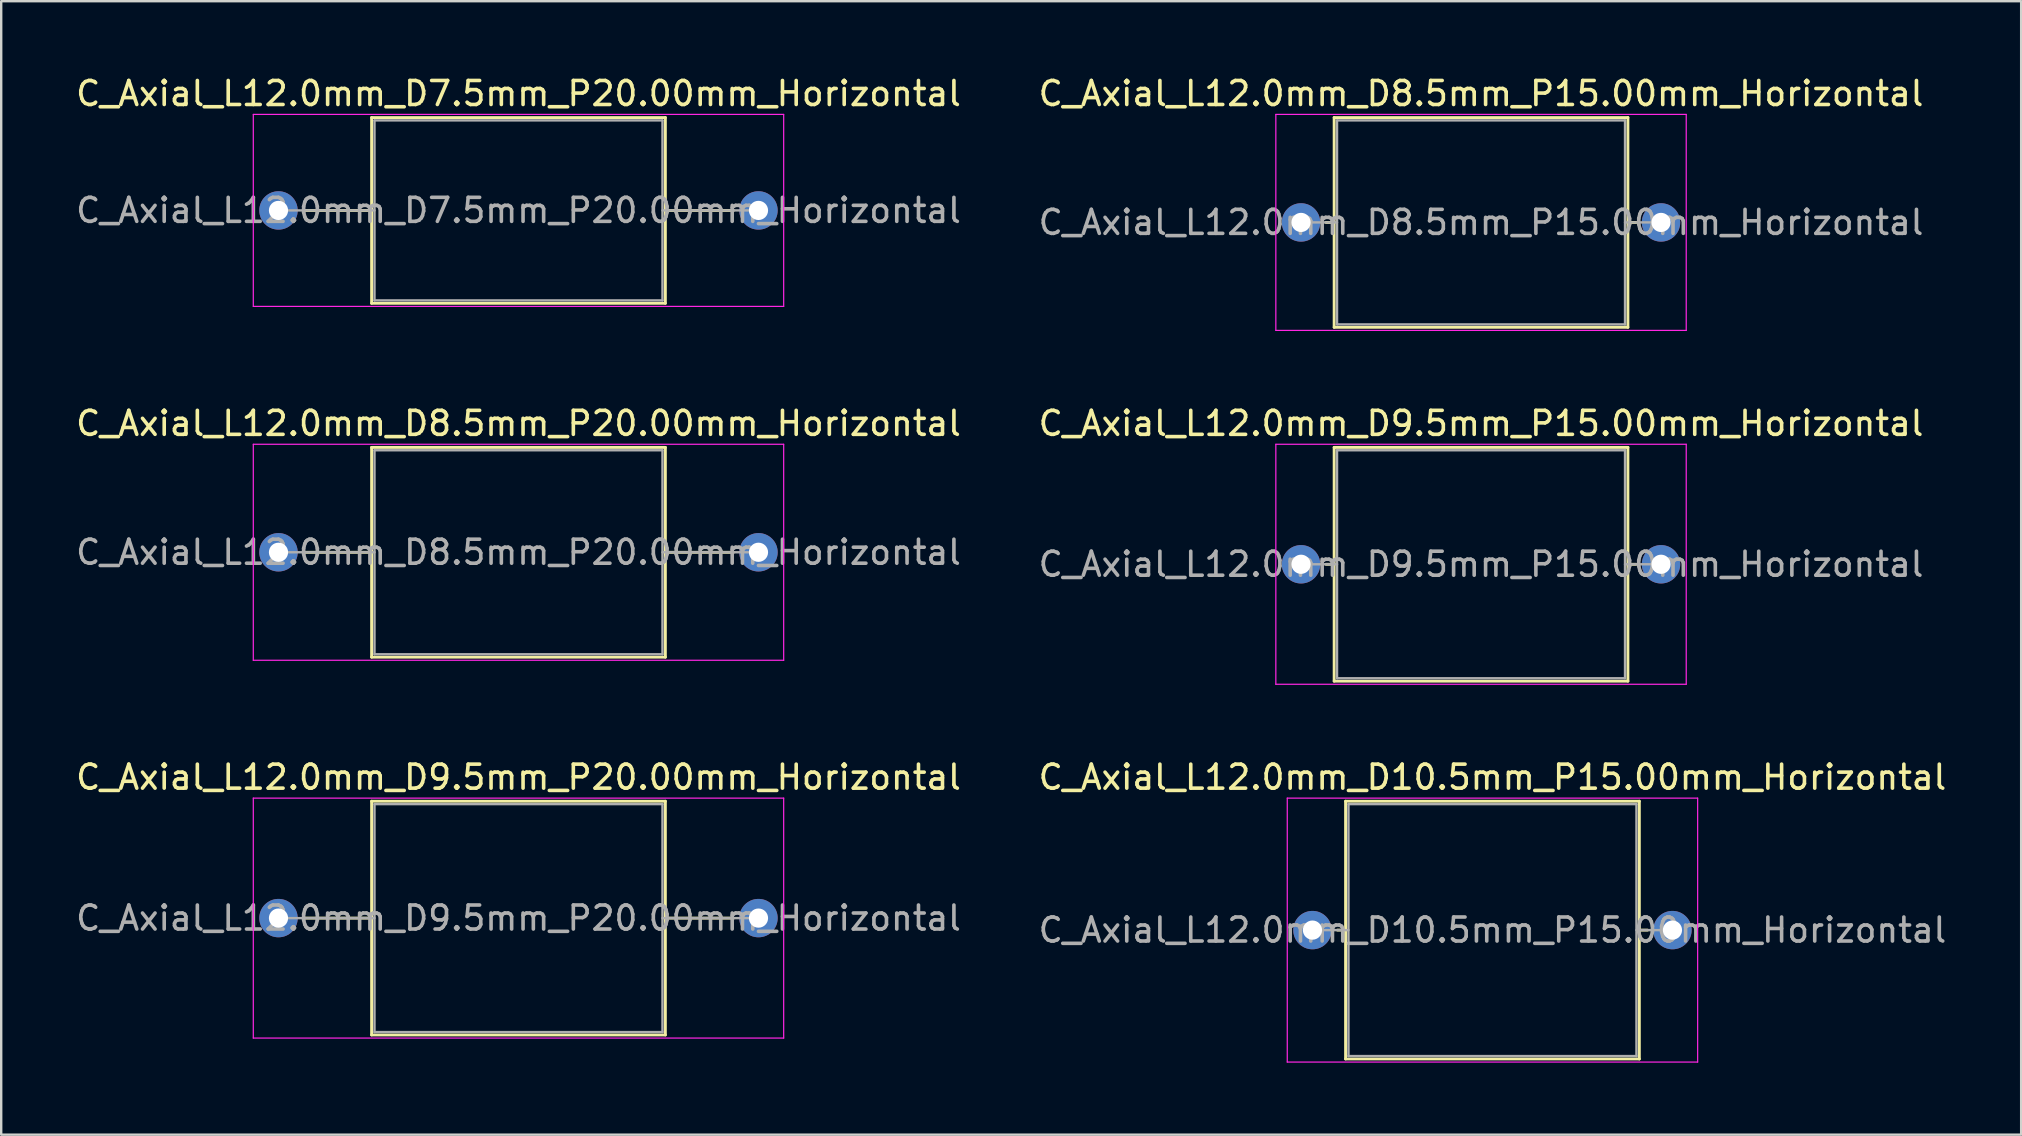
<source format=kicad_pcb>
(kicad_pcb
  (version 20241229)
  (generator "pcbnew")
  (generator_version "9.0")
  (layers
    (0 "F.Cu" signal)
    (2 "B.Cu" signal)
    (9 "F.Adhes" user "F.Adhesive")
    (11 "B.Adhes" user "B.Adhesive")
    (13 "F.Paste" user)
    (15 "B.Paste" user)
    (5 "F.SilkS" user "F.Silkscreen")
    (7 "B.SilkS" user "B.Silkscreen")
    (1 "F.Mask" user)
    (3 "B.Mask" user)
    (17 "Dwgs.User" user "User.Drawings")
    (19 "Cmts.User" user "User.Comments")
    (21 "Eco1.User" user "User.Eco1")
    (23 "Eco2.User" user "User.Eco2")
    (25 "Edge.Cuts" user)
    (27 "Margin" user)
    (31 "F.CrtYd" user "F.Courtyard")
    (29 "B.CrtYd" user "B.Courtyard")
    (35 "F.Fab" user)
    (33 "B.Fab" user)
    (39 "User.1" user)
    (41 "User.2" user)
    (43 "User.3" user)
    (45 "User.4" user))
  (footprint "C_Axial_L12.0mm_D9.5mm_P20.00mm_Horizontal"
    (layer "F.Cu")
    (at 8.554 35.205)
    (property "Reference" "C_Axial_L12.0mm_D9.5mm_P20.00mm_Horizontal" (at 10 -5.87 0) (layer "F.SilkS") (effects (font (size 1 1) (thickness 0.15))))
    (attr through_hole)
    (fp_line (start 1.04 0) (end 3.88 0) (stroke (width 0.12) (type solid)) (layer "F.SilkS"))
    (fp_line (start 3.88 -4.87) (end 3.88 4.87) (stroke (width 0.12) (type solid)) (layer "F.SilkS"))
    (fp_line (start 3.88 4.87) (end 16.12 4.87) (stroke (width 0.12) (type solid)) (layer "F.SilkS"))
    (fp_line (start 16.12 -4.87) (end 3.88 -4.87) (stroke (width 0.12) (type solid)) (layer "F.SilkS"))
    (fp_line (start 16.12 4.87) (end 16.12 -4.87) (stroke (width 0.12) (type solid)) (layer "F.SilkS"))
    (fp_line (start 18.96 0) (end 16.12 0) (stroke (width 0.12) (type solid)) (layer "F.SilkS"))
    (fp_line (start -1.05 -5) (end -1.05 5) (stroke (width 0.05) (type solid)) (layer "F.CrtYd"))
    (fp_line (start -1.05 5) (end 21.05 5) (stroke (width 0.05) (type solid)) (layer "F.CrtYd"))
    (fp_line (start 21.05 -5) (end -1.05 -5) (stroke (width 0.05) (type solid)) (layer "F.CrtYd"))
    (fp_line (start 21.05 5) (end 21.05 -5) (stroke (width 0.05) (type solid)) (layer "F.CrtYd"))
    (fp_line (start 0 0) (end 4 0) (stroke (width 0.1) (type solid)) (layer "F.Fab"))
    (fp_line (start 4 -4.75) (end 4 4.75) (stroke (width 0.1) (type solid)) (layer "F.Fab"))
    (fp_line (start 4 4.75) (end 16 4.75) (stroke (width 0.1) (type solid)) (layer "F.Fab"))
    (fp_line (start 16 -4.75) (end 4 -4.75) (stroke (width 0.1) (type solid)) (layer "F.Fab"))
    (fp_line (start 16 4.75) (end 16 -4.75) (stroke (width 0.1) (type solid)) (layer "F.Fab"))
    (fp_line (start 20 0) (end 16 0) (stroke (width 0.1) (type solid)) (layer "F.Fab"))
    (fp_text user "${REFERENCE}" (at 10 0 0) (layer "F.Fab") (effects (font (size 1 1) (thickness 0.15))))
    (pad "1" thru_hole circle (at 0 0) (size 1.6 1.6) (drill 0.8) (layers "*.Cu" "*.Mask"))
    (pad "2" thru_hole oval (at 20 0) (size 1.6 1.6) (drill 0.8) (layers "*.Cu" "*.Mask")))
  (footprint "C_Axial_L12.0mm_D7.5mm_P20.00mm_Horizontal"
    (layer "F.Cu")
    (at 8.554 5.718)
    (property "Reference" "C_Axial_L12.0mm_D7.5mm_P20.00mm_Horizontal" (at 10 -4.87 0) (layer "F.SilkS") (effects (font (size 1 1) (thickness 0.15))))
    (attr through_hole)
    (fp_line (start 1.04 0) (end 3.88 0) (stroke (width 0.12) (type solid)) (layer "F.SilkS"))
    (fp_line (start 3.88 -3.87) (end 3.88 3.87) (stroke (width 0.12) (type solid)) (layer "F.SilkS"))
    (fp_line (start 3.88 3.87) (end 16.12 3.87) (stroke (width 0.12) (type solid)) (layer "F.SilkS"))
    (fp_line (start 16.12 -3.87) (end 3.88 -3.87) (stroke (width 0.12) (type solid)) (layer "F.SilkS"))
    (fp_line (start 16.12 3.87) (end 16.12 -3.87) (stroke (width 0.12) (type solid)) (layer "F.SilkS"))
    (fp_line (start 18.96 0) (end 16.12 0) (stroke (width 0.12) (type solid)) (layer "F.SilkS"))
    (fp_line (start -1.05 -4) (end -1.05 4) (stroke (width 0.05) (type solid)) (layer "F.CrtYd"))
    (fp_line (start -1.05 4) (end 21.05 4) (stroke (width 0.05) (type solid)) (layer "F.CrtYd"))
    (fp_line (start 21.05 -4) (end -1.05 -4) (stroke (width 0.05) (type solid)) (layer "F.CrtYd"))
    (fp_line (start 21.05 4) (end 21.05 -4) (stroke (width 0.05) (type solid)) (layer "F.CrtYd"))
    (fp_line (start 0 0) (end 4 0) (stroke (width 0.1) (type solid)) (layer "F.Fab"))
    (fp_line (start 4 -3.75) (end 4 3.75) (stroke (width 0.1) (type solid)) (layer "F.Fab"))
    (fp_line (start 4 3.75) (end 16 3.75) (stroke (width 0.1) (type solid)) (layer "F.Fab"))
    (fp_line (start 16 -3.75) (end 4 -3.75) (stroke (width 0.1) (type solid)) (layer "F.Fab"))
    (fp_line (start 16 3.75) (end 16 -3.75) (stroke (width 0.1) (type solid)) (layer "F.Fab"))
    (fp_line (start 20 0) (end 16 0) (stroke (width 0.1) (type solid)) (layer "F.Fab"))
    (fp_text user "${REFERENCE}" (at 10 0 0) (layer "F.Fab") (effects (font (size 1 1) (thickness 0.15))))
    (pad "1" thru_hole circle (at 0 0) (size 1.6 1.6) (drill 0.8) (layers "*.Cu" "*.Mask"))
    (pad "2" thru_hole oval (at 20 0) (size 1.6 1.6) (drill 0.8) (layers "*.Cu" "*.Mask")))
  (footprint "C_Axial_L12.0mm_D9.5mm_P15.00mm_Horizontal"
    (layer "F.Cu")
    (at 51.161 20.462)
    (property "Reference" "C_Axial_L12.0mm_D9.5mm_P15.00mm_Horizontal" (at 7.5 -5.87 0) (layer "F.SilkS") (effects (font (size 1 1) (thickness 0.15))))
    (attr through_hole)
    (fp_line (start 1.04 0) (end 1.38 0) (stroke (width 0.12) (type solid)) (layer "F.SilkS"))
    (fp_line (start 1.38 -4.87) (end 1.38 4.87) (stroke (width 0.12) (type solid)) (layer "F.SilkS"))
    (fp_line (start 1.38 4.87) (end 13.62 4.87) (stroke (width 0.12) (type solid)) (layer "F.SilkS"))
    (fp_line (start 13.62 -4.87) (end 1.38 -4.87) (stroke (width 0.12) (type solid)) (layer "F.SilkS"))
    (fp_line (start 13.62 4.87) (end 13.62 -4.87) (stroke (width 0.12) (type solid)) (layer "F.SilkS"))
    (fp_line (start 13.96 0) (end 13.62 0) (stroke (width 0.12) (type solid)) (layer "F.SilkS"))
    (fp_line (start -1.05 -5) (end -1.05 5) (stroke (width 0.05) (type solid)) (layer "F.CrtYd"))
    (fp_line (start -1.05 5) (end 16.05 5) (stroke (width 0.05) (type solid)) (layer "F.CrtYd"))
    (fp_line (start 16.05 -5) (end -1.05 -5) (stroke (width 0.05) (type solid)) (layer "F.CrtYd"))
    (fp_line (start 16.05 5) (end 16.05 -5) (stroke (width 0.05) (type solid)) (layer "F.CrtYd"))
    (fp_line (start 0 0) (end 1.5 0) (stroke (width 0.1) (type solid)) (layer "F.Fab"))
    (fp_line (start 1.5 -4.75) (end 1.5 4.75) (stroke (width 0.1) (type solid)) (layer "F.Fab"))
    (fp_line (start 1.5 4.75) (end 13.5 4.75) (stroke (width 0.1) (type solid)) (layer "F.Fab"))
    (fp_line (start 13.5 -4.75) (end 1.5 -4.75) (stroke (width 0.1) (type solid)) (layer "F.Fab"))
    (fp_line (start 13.5 4.75) (end 13.5 -4.75) (stroke (width 0.1) (type solid)) (layer "F.Fab"))
    (fp_line (start 15 0) (end 13.5 0) (stroke (width 0.1) (type solid)) (layer "F.Fab"))
    (fp_text user "${REFERENCE}" (at 7.5 0 0) (layer "F.Fab") (effects (font (size 1 1) (thickness 0.15))))
    (pad "1" thru_hole circle (at 0 0) (size 1.6 1.6) (drill 0.8) (layers "*.Cu" "*.Mask"))
    (pad "2" thru_hole oval (at 15 0) (size 1.6 1.6) (drill 0.8) (layers "*.Cu" "*.Mask")))
  (footprint "C_Axial_L12.0mm_D8.5mm_P20.00mm_Horizontal"
    (layer "F.Cu")
    (at 8.554 19.962)
    (property "Reference" "C_Axial_L12.0mm_D8.5mm_P20.00mm_Horizontal" (at 10 -5.37 0) (layer "F.SilkS") (effects (font (size 1 1) (thickness 0.15))))
    (attr through_hole)
    (fp_line (start 1.04 0) (end 3.88 0) (stroke (width 0.12) (type solid)) (layer "F.SilkS"))
    (fp_line (start 3.88 -4.37) (end 3.88 4.37) (stroke (width 0.12) (type solid)) (layer "F.SilkS"))
    (fp_line (start 3.88 4.37) (end 16.12 4.37) (stroke (width 0.12) (type solid)) (layer "F.SilkS"))
    (fp_line (start 16.12 -4.37) (end 3.88 -4.37) (stroke (width 0.12) (type solid)) (layer "F.SilkS"))
    (fp_line (start 16.12 4.37) (end 16.12 -4.37) (stroke (width 0.12) (type solid)) (layer "F.SilkS"))
    (fp_line (start 18.96 0) (end 16.12 0) (stroke (width 0.12) (type solid)) (layer "F.SilkS"))
    (fp_line (start -1.05 -4.5) (end -1.05 4.5) (stroke (width 0.05) (type solid)) (layer "F.CrtYd"))
    (fp_line (start -1.05 4.5) (end 21.05 4.5) (stroke (width 0.05) (type solid)) (layer "F.CrtYd"))
    (fp_line (start 21.05 -4.5) (end -1.05 -4.5) (stroke (width 0.05) (type solid)) (layer "F.CrtYd"))
    (fp_line (start 21.05 4.5) (end 21.05 -4.5) (stroke (width 0.05) (type solid)) (layer "F.CrtYd"))
    (fp_line (start 0 0) (end 4 0) (stroke (width 0.1) (type solid)) (layer "F.Fab"))
    (fp_line (start 4 -4.25) (end 4 4.25) (stroke (width 0.1) (type solid)) (layer "F.Fab"))
    (fp_line (start 4 4.25) (end 16 4.25) (stroke (width 0.1) (type solid)) (layer "F.Fab"))
    (fp_line (start 16 -4.25) (end 4 -4.25) (stroke (width 0.1) (type solid)) (layer "F.Fab"))
    (fp_line (start 16 4.25) (end 16 -4.25) (stroke (width 0.1) (type solid)) (layer "F.Fab"))
    (fp_line (start 20 0) (end 16 0) (stroke (width 0.1) (type solid)) (layer "F.Fab"))
    (fp_text user "${REFERENCE}" (at 10 0 0) (layer "F.Fab") (effects (font (size 1 1) (thickness 0.15))))
    (pad "1" thru_hole circle (at 0 0) (size 1.6 1.6) (drill 0.8) (layers "*.Cu" "*.Mask"))
    (pad "2" thru_hole oval (at 20 0) (size 1.6 1.6) (drill 0.8) (layers "*.Cu" "*.Mask")))
  (footprint "C_Axial_L12.0mm_D10.5mm_P15.00mm_Horizontal"
    (layer "F.Cu")
    (at 51.637 35.705)
    (property "Reference" "C_Axial_L12.0mm_D10.5mm_P15.00mm_Horizontal" (at 7.5 -6.37 0) (layer "F.SilkS") (effects (font (size 1 1) (thickness 0.15))))
    (attr through_hole)
    (fp_line (start 1.04 0) (end 1.38 0) (stroke (width 0.12) (type solid)) (layer "F.SilkS"))
    (fp_line (start 1.38 -5.37) (end 1.38 5.37) (stroke (width 0.12) (type solid)) (layer "F.SilkS"))
    (fp_line (start 1.38 5.37) (end 13.62 5.37) (stroke (width 0.12) (type solid)) (layer "F.SilkS"))
    (fp_line (start 13.62 -5.37) (end 1.38 -5.37) (stroke (width 0.12) (type solid)) (layer "F.SilkS"))
    (fp_line (start 13.62 5.37) (end 13.62 -5.37) (stroke (width 0.12) (type solid)) (layer "F.SilkS"))
    (fp_line (start 13.96 0) (end 13.62 0) (stroke (width 0.12) (type solid)) (layer "F.SilkS"))
    (fp_line (start -1.05 -5.5) (end -1.05 5.5) (stroke (width 0.05) (type solid)) (layer "F.CrtYd"))
    (fp_line (start -1.05 5.5) (end 16.05 5.5) (stroke (width 0.05) (type solid)) (layer "F.CrtYd"))
    (fp_line (start 16.05 -5.5) (end -1.05 -5.5) (stroke (width 0.05) (type solid)) (layer "F.CrtYd"))
    (fp_line (start 16.05 5.5) (end 16.05 -5.5) (stroke (width 0.05) (type solid)) (layer "F.CrtYd"))
    (fp_line (start 0 0) (end 1.5 0) (stroke (width 0.1) (type solid)) (layer "F.Fab"))
    (fp_line (start 1.5 -5.25) (end 1.5 5.25) (stroke (width 0.1) (type solid)) (layer "F.Fab"))
    (fp_line (start 1.5 5.25) (end 13.5 5.25) (stroke (width 0.1) (type solid)) (layer "F.Fab"))
    (fp_line (start 13.5 -5.25) (end 1.5 -5.25) (stroke (width 0.1) (type solid)) (layer "F.Fab"))
    (fp_line (start 13.5 5.25) (end 13.5 -5.25) (stroke (width 0.1) (type solid)) (layer "F.Fab"))
    (fp_line (start 15 0) (end 13.5 0) (stroke (width 0.1) (type solid)) (layer "F.Fab"))
    (fp_text user "${REFERENCE}" (at 7.5 0 0) (layer "F.Fab") (effects (font (size 1 1) (thickness 0.15))))
    (pad "1" thru_hole circle (at 0 0) (size 1.6 1.6) (drill 0.8) (layers "*.Cu" "*.Mask"))
    (pad "2" thru_hole oval (at 15 0) (size 1.6 1.6) (drill 0.8) (layers "*.Cu" "*.Mask")))
  (footprint "C_Axial_L12.0mm_D8.5mm_P15.00mm_Horizontal"
    (layer "F.Cu")
    (at 51.161 6.218)
    (property "Reference" "C_Axial_L12.0mm_D8.5mm_P15.00mm_Horizontal" (at 7.5 -5.37 0) (layer "F.SilkS") (effects (font (size 1 1) (thickness 0.15))))
    (attr through_hole)
    (fp_line (start 1.04 0) (end 1.38 0) (stroke (width 0.12) (type solid)) (layer "F.SilkS"))
    (fp_line (start 1.38 -4.37) (end 1.38 4.37) (stroke (width 0.12) (type solid)) (layer "F.SilkS"))
    (fp_line (start 1.38 4.37) (end 13.62 4.37) (stroke (width 0.12) (type solid)) (layer "F.SilkS"))
    (fp_line (start 13.62 -4.37) (end 1.38 -4.37) (stroke (width 0.12) (type solid)) (layer "F.SilkS"))
    (fp_line (start 13.62 4.37) (end 13.62 -4.37) (stroke (width 0.12) (type solid)) (layer "F.SilkS"))
    (fp_line (start 13.96 0) (end 13.62 0) (stroke (width 0.12) (type solid)) (layer "F.SilkS"))
    (fp_line (start -1.05 -4.5) (end -1.05 4.5) (stroke (width 0.05) (type solid)) (layer "F.CrtYd"))
    (fp_line (start -1.05 4.5) (end 16.05 4.5) (stroke (width 0.05) (type solid)) (layer "F.CrtYd"))
    (fp_line (start 16.05 -4.5) (end -1.05 -4.5) (stroke (width 0.05) (type solid)) (layer "F.CrtYd"))
    (fp_line (start 16.05 4.5) (end 16.05 -4.5) (stroke (width 0.05) (type solid)) (layer "F.CrtYd"))
    (fp_line (start 0 0) (end 1.5 0) (stroke (width 0.1) (type solid)) (layer "F.Fab"))
    (fp_line (start 1.5 -4.25) (end 1.5 4.25) (stroke (width 0.1) (type solid)) (layer "F.Fab"))
    (fp_line (start 1.5 4.25) (end 13.5 4.25) (stroke (width 0.1) (type solid)) (layer "F.Fab"))
    (fp_line (start 13.5 -4.25) (end 1.5 -4.25) (stroke (width 0.1) (type solid)) (layer "F.Fab"))
    (fp_line (start 13.5 4.25) (end 13.5 -4.25) (stroke (width 0.1) (type solid)) (layer "F.Fab"))
    (fp_line (start 15 0) (end 13.5 0) (stroke (width 0.1) (type solid)) (layer "F.Fab"))
    (fp_text user "${REFERENCE}" (at 7.5 0 0) (layer "F.Fab") (effects (font (size 1 1) (thickness 0.15))))
    (pad "1" thru_hole circle (at 0 0) (size 1.6 1.6) (drill 0.8) (layers "*.Cu" "*.Mask"))
    (pad "2" thru_hole oval (at 15 0) (size 1.6 1.6) (drill 0.8) (layers "*.Cu" "*.Mask")))
  (gr_rect
    (start -3 -3)
    (end 81.167 44.23)
    (stroke (width 0.1) (type default))
    (fill no)
    (layer "Edge.Cuts")))
</source>
